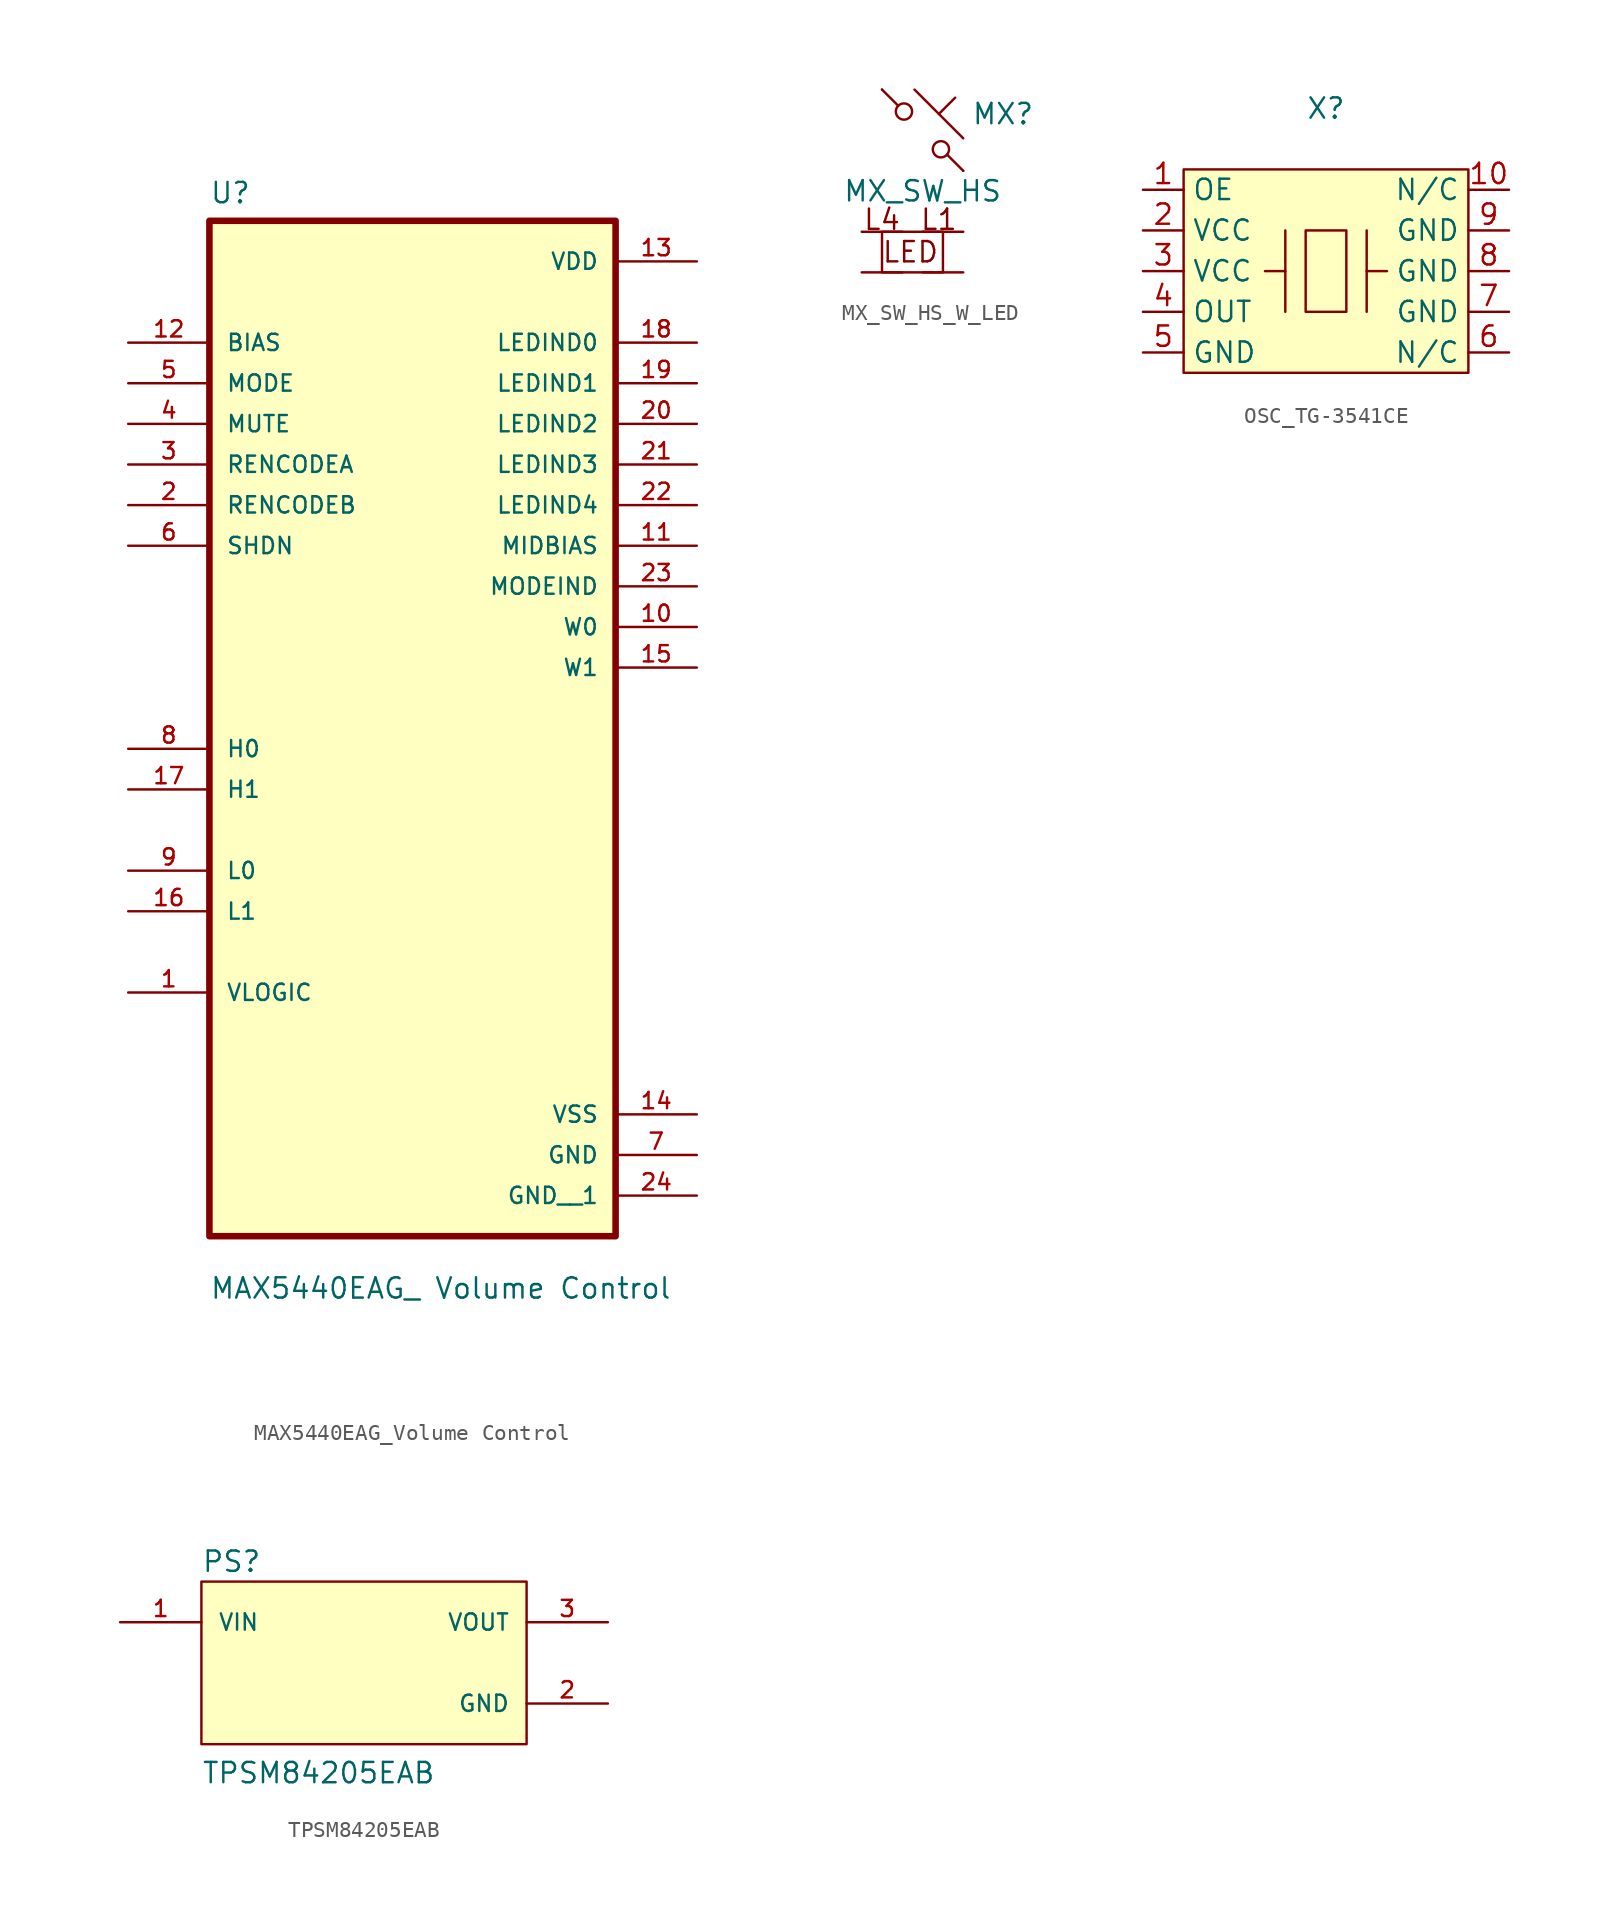
<source format=kicad_sym>
(kicad_symbol_lib
  (version 20231120)
  (generator "kicad_symbol_editor")
  (generator_version "8.0")
  (symbol "MAX5440EAG_Volume Control"
    (pin_names
      (offset 1.016))
    (property "Reference" "U"
      (at -12.7 31.48 0)
      (effects (font (size 1.27 1.27)) (justify left bottom)))
    (property "Value" "MAX5440EAG_ Volume Control"
      (at -12.7 -37.02 0)
      (effects (font (size 1.27 1.27)) (justify left bottom)))
    (symbol "MAX5440EAG_Volume Control_0_0"
      (rectangle (start -12.7 -33.02) (end 12.7 30.48) (stroke (width 0.41) (type default)) (fill (type background)))
      (pin bidirectional line (at -17.78 -17.78 0) (length 5.08) (name "VLOGIC" (effects (font (size 1.016 1.016)))) (number "1" (effects (font (size 1.016 1.016)))))
      (pin output line (at 17.78 5.08 180) (length 5.08) (name "W0" (effects (font (size 1.016 1.016)))) (number "10" (effects (font (size 1.016 1.016)))))
      (pin output line (at 17.78 10.16 180) (length 5.08) (name "MIDBIAS" (effects (font (size 1.016 1.016)))) (number "11" (effects (font (size 1.016 1.016)))))
      (pin input line (at -17.78 22.86 0) (length 5.08) (name "BIAS" (effects (font (size 1.016 1.016)))) (number "12" (effects (font (size 1.016 1.016)))))
      (pin power_in line (at 17.78 27.94 180) (length 5.08) (name "VDD" (effects (font (size 1.016 1.016)))) (number "13" (effects (font (size 1.016 1.016)))))
      (pin power_in line (at 17.78 -25.4 180) (length 5.08) (name "VSS" (effects (font (size 1.016 1.016)))) (number "14" (effects (font (size 1.016 1.016)))))
      (pin output line (at 17.78 2.54 180) (length 5.08) (name "W1" (effects (font (size 1.016 1.016)))) (number "15" (effects (font (size 1.016 1.016)))))
      (pin bidirectional line (at -17.78 -12.7 0) (length 5.08) (name "L1" (effects (font (size 1.016 1.016)))) (number "16" (effects (font (size 1.016 1.016)))))
      (pin bidirectional line (at -17.78 -5.08 0) (length 5.08) (name "H1" (effects (font (size 1.016 1.016)))) (number "17" (effects (font (size 1.016 1.016)))))
      (pin output line (at 17.78 22.86 180) (length 5.08) (name "LEDIND0" (effects (font (size 1.016 1.016)))) (number "18" (effects (font (size 1.016 1.016)))))
      (pin output line (at 17.78 20.32 180) (length 5.08) (name "LEDIND1" (effects (font (size 1.016 1.016)))) (number "19" (effects (font (size 1.016 1.016)))))
      (pin input line (at -17.78 12.7 0) (length 5.08) (name "RENCODEB" (effects (font (size 1.016 1.016)))) (number "2" (effects (font (size 1.016 1.016)))))
      (pin output line (at 17.78 17.78 180) (length 5.08) (name "LEDIND2" (effects (font (size 1.016 1.016)))) (number "20" (effects (font (size 1.016 1.016)))))
      (pin output line (at 17.78 15.24 180) (length 5.08) (name "LEDIND3" (effects (font (size 1.016 1.016)))) (number "21" (effects (font (size 1.016 1.016)))))
      (pin output line (at 17.78 12.7 180) (length 5.08) (name "LEDIND4" (effects (font (size 1.016 1.016)))) (number "22" (effects (font (size 1.016 1.016)))))
      (pin output line (at 17.78 7.62 180) (length 5.08) (name "MODEIND" (effects (font (size 1.016 1.016)))) (number "23" (effects (font (size 1.016 1.016)))))
      (pin power_in line (at 17.78 -30.48 180) (length 5.08) (name "GND__1" (effects (font (size 1.016 1.016)))) (number "24" (effects (font (size 1.016 1.016)))))
      (pin input line (at -17.78 15.24 0) (length 5.08) (name "RENCODEA" (effects (font (size 1.016 1.016)))) (number "3" (effects (font (size 1.016 1.016)))))
      (pin input line (at -17.78 17.78 0) (length 5.08) (name "MUTE" (effects (font (size 1.016 1.016)))) (number "4" (effects (font (size 1.016 1.016)))))
      (pin input line (at -17.78 20.32 0) (length 5.08) (name "MODE" (effects (font (size 1.016 1.016)))) (number "5" (effects (font (size 1.016 1.016)))))
      (pin input line (at -17.78 10.16 0) (length 5.08) (name "SHDN" (effects (font (size 1.016 1.016)))) (number "6" (effects (font (size 1.016 1.016)))))
      (pin power_in line (at 17.78 -27.94 180) (length 5.08) (name "GND" (effects (font (size 1.016 1.016)))) (number "7" (effects (font (size 1.016 1.016)))))
      (pin bidirectional line (at -17.78 -2.54 0) (length 5.08) (name "H0" (effects (font (size 1.016 1.016)))) (number "8" (effects (font (size 1.016 1.016)))))
      (pin bidirectional line (at -17.78 -10.16 0) (length 5.08) (name "L0" (effects (font (size 1.016 1.016)))) (number "9" (effects (font (size 1.016 1.016)))))))
  (symbol "MX_SW_HS_W_LED"
    (pin_numbers hide)
    (pin_names
      (offset 1.016) hide)
    (property "Reference" "MX"
      (at 3.048 1.016 0)
      (effects (font (size 1.27 1.27)) (justify left)))
    (property "Value" "MX_SW_HS"
      (at 0 -3.81 0)
      (effects (font (size 1.27 1.27))))
    (symbol "MX_SW_HS_W_LED_0_1"
      (circle (center -1.168 1.168) (radius 0.508) (stroke (width 0) (type default)) (fill (type none)))
      (polyline (pts (xy -0.508 2.54) (xy 2.54 -0.508)) (stroke (width 0) (type default)) (fill (type none)))
      (polyline (pts (xy 1.016 1.016) (xy 2.032 2.032)) (stroke (width 0) (type default)) (fill (type none)))
      (polyline (pts (xy -2.54 2.54) (xy -1.524 1.524) (xy -1.524 1.524)) (stroke (width 0) (type default)) (fill (type none)))
      (polyline (pts (xy 1.524 -1.524) (xy 2.54 -2.54) (xy 2.54 -2.54) (xy 2.54 -2.54)) (stroke (width 0) (type default)) (fill (type none)))
      (circle (center 1.143 -1.194) (radius 0.508) (stroke (width 0) (type default)) (fill (type none)))
      (pin passive line (at -2.54 2.54 0) (length 0) (name "1" (effects (font (size 1.27 1.27)))) (number "1" (effects (font (size 1.27 1.27)))))
      (pin passive line (at 2.54 -2.54 180) (length 0) (name "2" (effects (font (size 1.27 1.27)))) (number "2" (effects (font (size 1.27 1.27))))))
    (symbol "MX_SW_HS_W_LED_1_1"
      (rectangle (start -2.54 -6.35) (end 1.27 -8.89) (stroke (width 0) (type default)) (fill (type none)))
      (text "L1" (at 1.016 -5.588 0) (effects (font (size 1.27 1.27))))
      (text "L4" (at -2.54 -5.588 0) (effects (font (size 1.27 1.27))))
      (text "LED" (at -0.762 -7.62 0) (effects (font (size 1.27 1.27))))
      (pin input line (at 2.54 -8.89 180) (length 2.54) (name "L2" (effects (font (size 1.27 1.27)))) (number "" (effects (font (size 1.27 1.27)))))
      (pin input line (at -3.81 -8.89 0) (length 2.54) (name "L3" (effects (font (size 1.27 1.27)))) (number "" (effects (font (size 1.27 1.27)))))
      (pin input line (at -3.81 -6.35 0) (length 2.54) (name "L4" (effects (font (size 1.27 1.27)))) (number "" (effects (font (size 1.27 1.27)))))
      (pin input line (at 2.54 -6.35 180) (length 2.54) (name "L1" (effects (font (size 1.27 1.27)))) (number "L1" (effects (font (size 1.27 1.27)))))))
  (symbol "OSC_TG-3541CE"
    (property "Reference" "X"
      (at 0 0 0)
      (effects (font (size 1.27 1.27))))
    (property "Value" ""
      (at 0 0 0)
      (effects (font (size 1.27 1.27))))
    (symbol "OSC_TG-3541CE_1_1"
      (rectangle (start -8.89 -3.81) (end 8.89 -16.51) (stroke (width 0) (type default)) (fill (type background)))
      (rectangle (start -1.27 -7.62) (end 1.27 -12.7) (stroke (width 0) (type default)) (fill (type none)))
      (polyline (pts (xy -2.54 -10.16) (xy -2.54 -12.7)) (stroke (width 0) (type default)) (fill (type none)))
      (polyline (pts (xy 2.54 -10.16) (xy 3.81 -10.16)) (stroke (width 0) (type default)) (fill (type none)))
      (polyline (pts (xy 2.54 -7.62) (xy 2.54 -12.7)) (stroke (width 0) (type default)) (fill (type none)))
      (polyline (pts (xy -3.81 -10.16) (xy -2.54 -10.16) (xy -2.54 -7.62)) (stroke (width 0) (type default)) (fill (type none)))
      (pin passive line (at -11.43 -5.08 0) (length 2.54) (name "OE" (effects (font (size 1.27 1.27)))) (number "1" (effects (font (size 1.27 1.27)))))
      (pin passive line (at 11.43 -5.08 180) (length 2.54) (name "N/C" (effects (font (size 1.27 1.27)))) (number "10" (effects (font (size 1.27 1.27)))))
      (pin passive line (at -11.43 -7.62 0) (length 2.54) (name "VCC" (effects (font (size 1.27 1.27)))) (number "2" (effects (font (size 1.27 1.27)))))
      (pin passive line (at -11.43 -10.16 0) (length 2.54) (name "VCC" (effects (font (size 1.27 1.27)))) (number "3" (effects (font (size 1.27 1.27)))))
      (pin passive line (at -11.43 -12.7 0) (length 2.54) (name "OUT" (effects (font (size 1.27 1.27)))) (number "4" (effects (font (size 1.27 1.27)))))
      (pin passive line (at -11.43 -15.24 0) (length 2.54) (name "GND" (effects (font (size 1.27 1.27)))) (number "5" (effects (font (size 1.27 1.27)))))
      (pin passive line (at 11.43 -15.24 180) (length 2.54) (name "N/C" (effects (font (size 1.27 1.27)))) (number "6" (effects (font (size 1.27 1.27)))))
      (pin passive line (at 11.43 -12.7 180) (length 2.54) (name "GND" (effects (font (size 1.27 1.27)))) (number "7" (effects (font (size 1.27 1.27)))))
      (pin passive line (at 11.43 -10.16 180) (length 2.54) (name "GND" (effects (font (size 1.27 1.27)))) (number "8" (effects (font (size 1.27 1.27)))))
      (pin passive line (at 11.43 -7.62 180) (length 2.54) (name "GND" (effects (font (size 1.27 1.27)))) (number "9" (effects (font (size 1.27 1.27)))))))
  (symbol "TPSM84205EAB"
    (pin_names
      (offset 1.016))
    (property "Reference" "PS"
      (at -10.16 5.588 0)
      (effects (font (size 1.27 1.27)) (justify left bottom)))
    (property "Value" "TPSM84205EAB"
      (at -10.16 -7.62 0)
      (effects (font (size 1.27 1.27)) (justify left bottom)))
    (symbol "TPSM84205EAB_0_0"
      (rectangle (start -10.16 -5.08) (end 10.16 5.08) (stroke (width 0.152) (type default)) (fill (type background)))
      (pin input line (at -15.24 2.54 0) (length 5.08) (name "VIN" (effects (font (size 1.016 1.016)))) (number "1" (effects (font (size 1.016 1.016)))))
      (pin power_in line (at 15.24 -2.54 180) (length 5.08) (name "GND" (effects (font (size 1.016 1.016)))) (number "2" (effects (font (size 1.016 1.016)))))
      (pin output line (at 15.24 2.54 180) (length 5.08) (name "VOUT" (effects (font (size 1.016 1.016)))) (number "3" (effects (font (size 1.016 1.016))))))))
</source>
